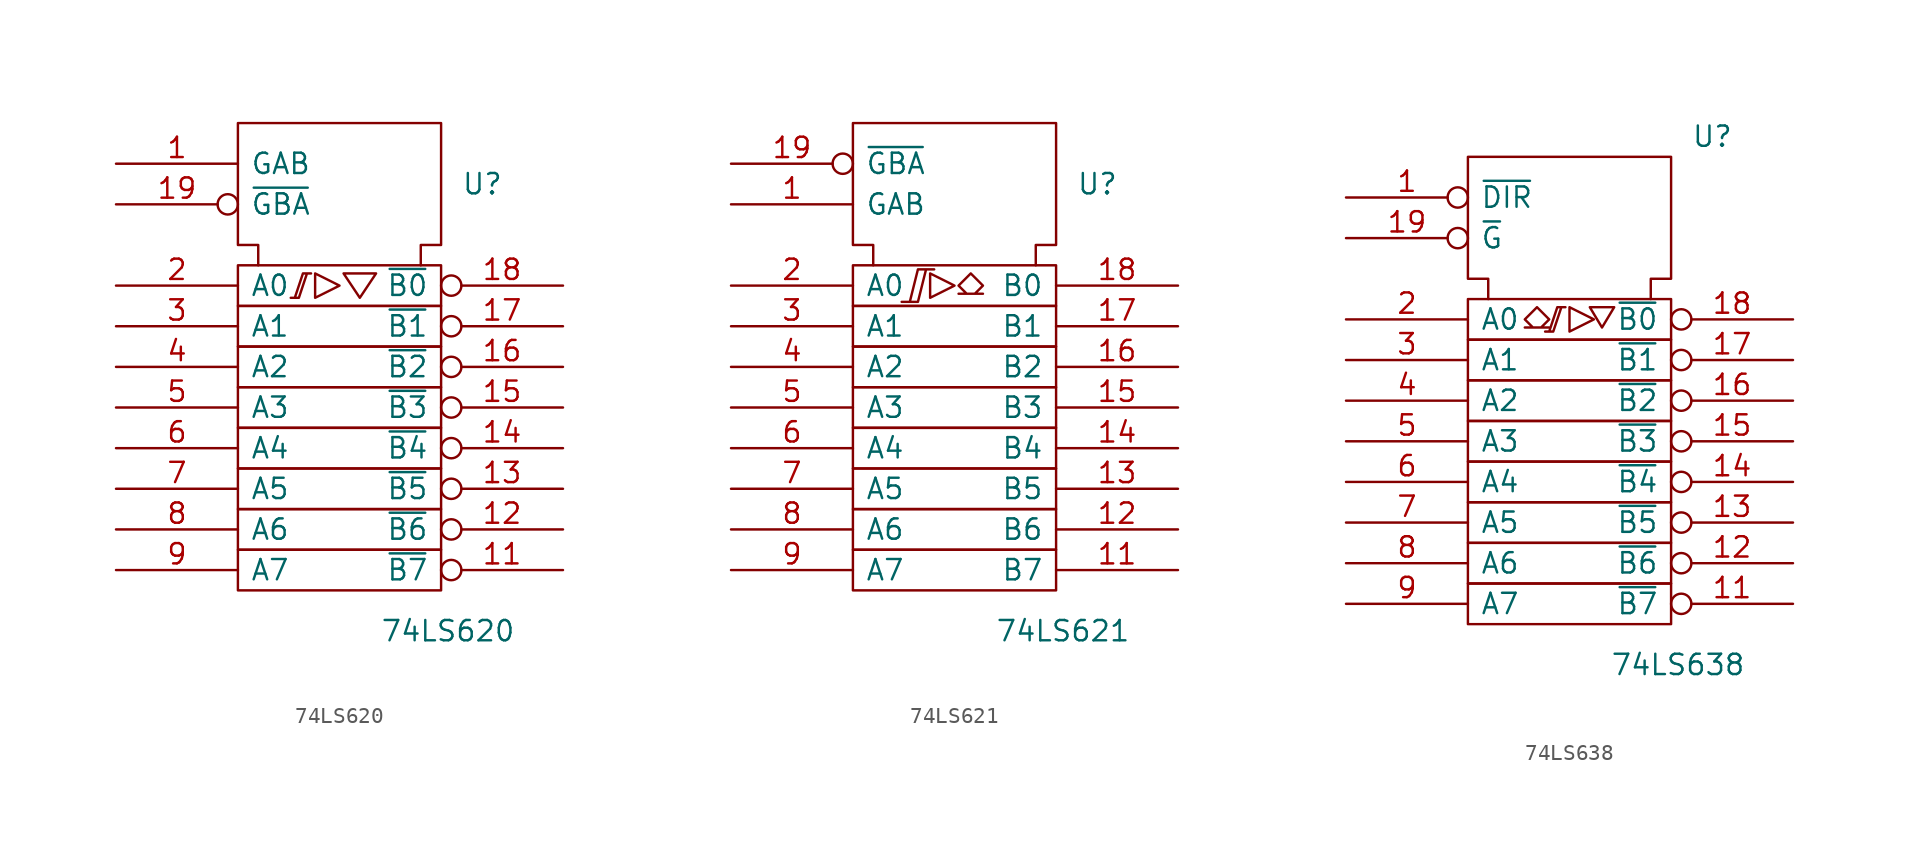
<source format=kicad_sym>
(kicad_symbol_lib
  (version 20211014)
  (generator kicad_symbol_editor)
  (symbol "74LS620"
    (pin_names
      (offset 0.762))
    (property "Reference" "U"
      (at 7.62 12.7 0)
      (effects (font (size 1.27 1.27)) (justify left)))
    (property "Value" "74LS620"
      (at 2.54 -15.24 0)
      (effects (font (size 1.27 1.27)) (justify left)))
    (symbol "74LS620_0_0"
      (polyline (pts (xy -1.524 7.112) (xy -1.524 5.588) (xy 0 6.35) (xy -1.524 7.112) (xy -1.524 7.112)) (stroke (width 0) (type default) (color 0 0 0 0)) (fill (type none)))
      (polyline (pts (xy 0.254 7.112) (xy 2.286 7.112) (xy 1.27 5.588) (xy 0.254 7.112) (xy 0.254 7.112)) (stroke (width 0) (type default) (color 0 0 0 0)) (fill (type none)))
      (polyline (pts (xy -2.54 5.588) (xy -3.048 5.588) (xy -2.54 5.588) (xy -2.032 7.112) (xy -1.778 7.112) (xy -2.286 7.112) (xy -2.794 5.588) (xy -2.794 5.588)) (stroke (width 0) (type default) (color 0 0 0 0)) (fill (type none)))
      (pin power_in line (at 1.27 16.51 270) (length 0) hide (name "GND" (effects (font (size 1.27 1.27)))) (number "10" (effects (font (size 1.27 1.27)))))
      (pin power_in line (at 5.08 16.51 270) (length 0) hide (name "VCC" (effects (font (size 1.27 1.27)))) (number "20" (effects (font (size 1.27 1.27))))))
    (symbol "74LS620_0_1"
      (rectangle (start -6.35 -10.16) (end 6.35 -12.7) (stroke (width 0) (type default) (color 0 0 0 0)) (fill (type none)))
      (rectangle (start -6.35 -7.62) (end 6.35 -10.16) (stroke (width 0) (type default) (color 0 0 0 0)) (fill (type none)))
      (rectangle (start -6.35 -5.08) (end 6.35 -7.62) (stroke (width 0) (type default) (color 0 0 0 0)) (fill (type none)))
      (rectangle (start -6.35 -2.54) (end 6.35 -5.08) (stroke (width 0) (type default) (color 0 0 0 0)) (fill (type none)))
      (rectangle (start -6.35 0) (end 6.35 -2.54) (stroke (width 0) (type default) (color 0 0 0 0)) (fill (type none)))
      (rectangle (start -6.35 2.54) (end 6.35 0) (stroke (width 0) (type default) (color 0 0 0 0)) (fill (type none)))
      (rectangle (start -6.35 5.08) (end 6.35 2.54) (stroke (width 0) (type default) (color 0 0 0 0)) (fill (type none)))
      (rectangle (start -6.35 7.62) (end 6.35 5.08) (stroke (width 0) (type default) (color 0 0 0 0)) (fill (type none)))
      (polyline (pts (xy -5.08 7.62) (xy -5.08 8.89) (xy -6.35 8.89) (xy -6.35 16.51) (xy 6.35 16.51) (xy 6.35 8.89) (xy 5.08 8.89) (xy 5.08 7.62) (xy 5.08 7.62)) (stroke (width 0) (type default) (color 0 0 0 0)) (fill (type none))))
    (symbol "74LS620_1_1"
      (pin input line (at -13.97 13.97 0) (length 7.62) (name "GAB" (effects (font (size 1.27 1.27)))) (number "1" (effects (font (size 1.27 1.27)))))
      (pin tri_state inverted (at 13.97 -11.43 180) (length 7.62) (name "~{B7}" (effects (font (size 1.27 1.27)))) (number "11" (effects (font (size 1.27 1.27)))))
      (pin tri_state inverted (at 13.97 -8.89 180) (length 7.62) (name "~{B6}" (effects (font (size 1.27 1.27)))) (number "12" (effects (font (size 1.27 1.27)))))
      (pin tri_state inverted (at 13.97 -6.35 180) (length 7.62) (name "~{B5}" (effects (font (size 1.27 1.27)))) (number "13" (effects (font (size 1.27 1.27)))))
      (pin tri_state inverted (at 13.97 -3.81 180) (length 7.62) (name "~{B4}" (effects (font (size 1.27 1.27)))) (number "14" (effects (font (size 1.27 1.27)))))
      (pin tri_state inverted (at 13.97 -1.27 180) (length 7.62) (name "~{B3}" (effects (font (size 1.27 1.27)))) (number "15" (effects (font (size 1.27 1.27)))))
      (pin tri_state inverted (at 13.97 1.27 180) (length 7.62) (name "~{B2}" (effects (font (size 1.27 1.27)))) (number "16" (effects (font (size 1.27 1.27)))))
      (pin tri_state inverted (at 13.97 3.81 180) (length 7.62) (name "~{B1}" (effects (font (size 1.27 1.27)))) (number "17" (effects (font (size 1.27 1.27)))))
      (pin tri_state inverted (at 13.97 6.35 180) (length 7.62) (name "~{B0}" (effects (font (size 1.27 1.27)))) (number "18" (effects (font (size 1.27 1.27)))))
      (pin input inverted (at -13.97 11.43 0) (length 7.62) (name "~{GBA}" (effects (font (size 1.27 1.27)))) (number "19" (effects (font (size 1.27 1.27)))))
      (pin tri_state line (at -13.97 6.35 0) (length 7.62) (name "A0" (effects (font (size 1.27 1.27)))) (number "2" (effects (font (size 1.27 1.27)))))
      (pin tri_state line (at -13.97 3.81 0) (length 7.62) (name "A1" (effects (font (size 1.27 1.27)))) (number "3" (effects (font (size 1.27 1.27)))))
      (pin tri_state line (at -13.97 1.27 0) (length 7.62) (name "A2" (effects (font (size 1.27 1.27)))) (number "4" (effects (font (size 1.27 1.27)))))
      (pin tri_state line (at -13.97 -1.27 0) (length 7.62) (name "A3" (effects (font (size 1.27 1.27)))) (number "5" (effects (font (size 1.27 1.27)))))
      (pin tri_state line (at -13.97 -3.81 0) (length 7.62) (name "A4" (effects (font (size 1.27 1.27)))) (number "6" (effects (font (size 1.27 1.27)))))
      (pin tri_state line (at -13.97 -6.35 0) (length 7.62) (name "A5" (effects (font (size 1.27 1.27)))) (number "7" (effects (font (size 1.27 1.27)))))
      (pin tri_state line (at -13.97 -8.89 0) (length 7.62) (name "A6" (effects (font (size 1.27 1.27)))) (number "8" (effects (font (size 1.27 1.27)))))
      (pin tri_state line (at -13.97 -11.43 0) (length 7.62) (name "A7" (effects (font (size 1.27 1.27)))) (number "9" (effects (font (size 1.27 1.27)))))))
  (symbol "74LS621"
    (pin_names
      (offset 0.762))
    (property "Reference" "U"
      (at 7.62 12.7 0)
      (effects (font (size 1.27 1.27)) (justify left)))
    (property "Value" "74LS621"
      (at 2.54 -15.24 0)
      (effects (font (size 1.27 1.27)) (justify left)))
    (symbol "74LS621_0_0"
      (polyline (pts (xy -1.524 7.112) (xy -1.524 5.588) (xy 0 6.35) (xy -1.524 7.112) (xy -1.524 7.112)) (stroke (width 0) (type default) (color 0 0 0 0)) (fill (type none)))
      (polyline (pts (xy -3.302 5.334) (xy -2.286 5.334) (xy -1.778 7.366) (xy -1.27 7.366) (xy -2.286 7.366) (xy -2.794 5.334) (xy -2.794 5.334)) (stroke (width 0) (type default) (color 0 0 0 0)) (fill (type none)))
      (polyline (pts (xy 1.016 7.112) (xy 1.778 6.35) (xy 1.27 5.842) (xy 1.778 5.842) (xy 0.254 5.842) (xy 0.762 5.842) (xy 0.254 6.35) (xy 1.016 7.112) (xy 1.016 7.112)) (stroke (width 0) (type default) (color 0 0 0 0)) (fill (type none)))
      (pin power_in line (at 1.27 16.51 270) (length 0) hide (name "GND" (effects (font (size 1.27 1.27)))) (number "10" (effects (font (size 1.27 1.27)))))
      (pin power_in line (at 5.08 16.51 270) (length 0) hide (name "VCC" (effects (font (size 1.27 1.27)))) (number "20" (effects (font (size 1.27 1.27))))))
    (symbol "74LS621_0_1"
      (rectangle (start -6.35 -10.16) (end 6.35 -12.7) (stroke (width 0) (type default) (color 0 0 0 0)) (fill (type none)))
      (rectangle (start -6.35 -7.62) (end 6.35 -10.16) (stroke (width 0) (type default) (color 0 0 0 0)) (fill (type none)))
      (rectangle (start -6.35 -5.08) (end 6.35 -7.62) (stroke (width 0) (type default) (color 0 0 0 0)) (fill (type none)))
      (rectangle (start -6.35 -2.54) (end 6.35 -5.08) (stroke (width 0) (type default) (color 0 0 0 0)) (fill (type none)))
      (rectangle (start -6.35 0) (end 6.35 -2.54) (stroke (width 0) (type default) (color 0 0 0 0)) (fill (type none)))
      (rectangle (start -6.35 2.54) (end 6.35 0) (stroke (width 0) (type default) (color 0 0 0 0)) (fill (type none)))
      (rectangle (start -6.35 5.08) (end 6.35 2.54) (stroke (width 0) (type default) (color 0 0 0 0)) (fill (type none)))
      (rectangle (start -6.35 7.62) (end 6.35 5.08) (stroke (width 0) (type default) (color 0 0 0 0)) (fill (type none)))
      (polyline (pts (xy -5.08 7.62) (xy -5.08 8.89) (xy -6.35 8.89) (xy -6.35 16.51) (xy 6.35 16.51) (xy 6.35 8.89) (xy 5.08 8.89) (xy 5.08 7.62) (xy 5.08 7.62)) (stroke (width 0) (type default) (color 0 0 0 0)) (fill (type none))))
    (symbol "74LS621_1_1"
      (pin input line (at -13.97 11.43 0) (length 7.62) (name "GAB" (effects (font (size 1.27 1.27)))) (number "1" (effects (font (size 1.27 1.27)))))
      (pin tri_state line (at 13.97 -11.43 180) (length 7.62) (name "B7" (effects (font (size 1.27 1.27)))) (number "11" (effects (font (size 1.27 1.27)))))
      (pin tri_state line (at 13.97 -8.89 180) (length 7.62) (name "B6" (effects (font (size 1.27 1.27)))) (number "12" (effects (font (size 1.27 1.27)))))
      (pin tri_state line (at 13.97 -6.35 180) (length 7.62) (name "B5" (effects (font (size 1.27 1.27)))) (number "13" (effects (font (size 1.27 1.27)))))
      (pin tri_state line (at 13.97 -3.81 180) (length 7.62) (name "B4" (effects (font (size 1.27 1.27)))) (number "14" (effects (font (size 1.27 1.27)))))
      (pin tri_state line (at 13.97 -1.27 180) (length 7.62) (name "B3" (effects (font (size 1.27 1.27)))) (number "15" (effects (font (size 1.27 1.27)))))
      (pin tri_state line (at 13.97 1.27 180) (length 7.62) (name "B2" (effects (font (size 1.27 1.27)))) (number "16" (effects (font (size 1.27 1.27)))))
      (pin tri_state line (at 13.97 3.81 180) (length 7.62) (name "B1" (effects (font (size 1.27 1.27)))) (number "17" (effects (font (size 1.27 1.27)))))
      (pin tri_state line (at 13.97 6.35 180) (length 7.62) (name "B0" (effects (font (size 1.27 1.27)))) (number "18" (effects (font (size 1.27 1.27)))))
      (pin input inverted (at -13.97 13.97 0) (length 7.62) (name "~{GBA}" (effects (font (size 1.27 1.27)))) (number "19" (effects (font (size 1.27 1.27)))))
      (pin tri_state line (at -13.97 6.35 0) (length 7.62) (name "A0" (effects (font (size 1.27 1.27)))) (number "2" (effects (font (size 1.27 1.27)))))
      (pin tri_state line (at -13.97 3.81 0) (length 7.62) (name "A1" (effects (font (size 1.27 1.27)))) (number "3" (effects (font (size 1.27 1.27)))))
      (pin tri_state line (at -13.97 1.27 0) (length 7.62) (name "A2" (effects (font (size 1.27 1.27)))) (number "4" (effects (font (size 1.27 1.27)))))
      (pin tri_state line (at -13.97 -1.27 0) (length 7.62) (name "A3" (effects (font (size 1.27 1.27)))) (number "5" (effects (font (size 1.27 1.27)))))
      (pin tri_state line (at -13.97 -3.81 0) (length 7.62) (name "A4" (effects (font (size 1.27 1.27)))) (number "6" (effects (font (size 1.27 1.27)))))
      (pin tri_state line (at -13.97 -6.35 0) (length 7.62) (name "A5" (effects (font (size 1.27 1.27)))) (number "7" (effects (font (size 1.27 1.27)))))
      (pin tri_state line (at -13.97 -8.89 0) (length 7.62) (name "A6" (effects (font (size 1.27 1.27)))) (number "8" (effects (font (size 1.27 1.27)))))
      (pin tri_state line (at -13.97 -11.43 0) (length 7.62) (name "A7" (effects (font (size 1.27 1.27)))) (number "9" (effects (font (size 1.27 1.27)))))))
  (symbol "74LS638"
    (pin_names
      (offset 0.762))
    (property "Reference" "U"
      (at 7.62 17.78 0)
      (effects (font (size 1.27 1.27)) (justify left)))
    (property "Value" "74LS638"
      (at 2.54 -15.24 0)
      (effects (font (size 1.27 1.27)) (justify left)))
    (symbol "74LS638_0_0"
      (polyline (pts (xy 0 7.112) (xy 0 5.588) (xy 1.524 6.35) (xy 0 7.112) (xy 0 7.112)) (stroke (width 0) (type default) (color 0 0 0 0)) (fill (type none)))
      (polyline (pts (xy 1.27 7.112) (xy 2.794 7.112) (xy 2.032 5.842) (xy 1.27 7.112) (xy 1.27 7.112)) (stroke (width 0) (type default) (color 0 0 0 0)) (fill (type none)))
      (polyline (pts (xy -1.524 5.588) (xy -1.016 5.588) (xy -0.508 7.112) (xy -0.254 7.112) (xy -0.762 7.112) (xy -1.27 5.588) (xy -1.27 5.588)) (stroke (width 0) (type default) (color 0 0 0 0)) (fill (type none)))
      (polyline (pts (xy -2.032 7.112) (xy -2.794 6.35) (xy -2.286 5.842) (xy -2.794 5.842) (xy -1.27 5.842) (xy -1.778 5.842) (xy -1.27 6.35) (xy -2.032 7.112) (xy -2.032 7.112)) (stroke (width 0) (type default) (color 0 0 0 0)) (fill (type none)))
      (pin power_in line (at 1.27 16.51 270) (length 0) hide (name "GND" (effects (font (size 1.27 1.27)))) (number "10" (effects (font (size 1.27 1.27)))))
      (pin power_in line (at 5.08 16.51 270) (length 0) hide (name "VCC" (effects (font (size 1.27 1.27)))) (number "20" (effects (font (size 1.27 1.27))))))
    (symbol "74LS638_0_1"
      (rectangle (start -6.35 -10.16) (end 6.35 -12.7) (stroke (width 0) (type default) (color 0 0 0 0)) (fill (type none)))
      (rectangle (start -6.35 -7.62) (end 6.35 -10.16) (stroke (width 0) (type default) (color 0 0 0 0)) (fill (type none)))
      (rectangle (start -6.35 -5.08) (end 6.35 -7.62) (stroke (width 0) (type default) (color 0 0 0 0)) (fill (type none)))
      (rectangle (start -6.35 -2.54) (end 6.35 -5.08) (stroke (width 0) (type default) (color 0 0 0 0)) (fill (type none)))
      (rectangle (start -6.35 0) (end 6.35 -2.54) (stroke (width 0) (type default) (color 0 0 0 0)) (fill (type none)))
      (rectangle (start -6.35 2.54) (end 6.35 0) (stroke (width 0) (type default) (color 0 0 0 0)) (fill (type none)))
      (rectangle (start -6.35 5.08) (end 6.35 2.54) (stroke (width 0) (type default) (color 0 0 0 0)) (fill (type none)))
      (rectangle (start -6.35 7.62) (end 6.35 5.08) (stroke (width 0) (type default) (color 0 0 0 0)) (fill (type none)))
      (polyline (pts (xy -5.08 7.62) (xy -5.08 8.89) (xy -6.35 8.89) (xy -6.35 16.51) (xy 6.35 16.51) (xy 6.35 8.89) (xy 5.08 8.89) (xy 5.08 7.62) (xy 5.08 7.62)) (stroke (width 0) (type default) (color 0 0 0 0)) (fill (type none))))
    (symbol "74LS638_1_1"
      (pin input inverted (at -13.97 13.97 0) (length 7.62) (name "~{DIR}" (effects (font (size 1.27 1.27)))) (number "1" (effects (font (size 1.27 1.27)))))
      (pin tri_state inverted (at 13.97 -11.43 180) (length 7.62) (name "~{B7}" (effects (font (size 1.27 1.27)))) (number "11" (effects (font (size 1.27 1.27)))))
      (pin tri_state inverted (at 13.97 -8.89 180) (length 7.62) (name "~{B6}" (effects (font (size 1.27 1.27)))) (number "12" (effects (font (size 1.27 1.27)))))
      (pin tri_state inverted (at 13.97 -6.35 180) (length 7.62) (name "~{B5}" (effects (font (size 1.27 1.27)))) (number "13" (effects (font (size 1.27 1.27)))))
      (pin tri_state inverted (at 13.97 -3.81 180) (length 7.62) (name "~{B4}" (effects (font (size 1.27 1.27)))) (number "14" (effects (font (size 1.27 1.27)))))
      (pin tri_state inverted (at 13.97 -1.27 180) (length 7.62) (name "~{B3}" (effects (font (size 1.27 1.27)))) (number "15" (effects (font (size 1.27 1.27)))))
      (pin tri_state inverted (at 13.97 1.27 180) (length 7.62) (name "~{B2}" (effects (font (size 1.27 1.27)))) (number "16" (effects (font (size 1.27 1.27)))))
      (pin tri_state inverted (at 13.97 3.81 180) (length 7.62) (name "~{B1}" (effects (font (size 1.27 1.27)))) (number "17" (effects (font (size 1.27 1.27)))))
      (pin tri_state inverted (at 13.97 6.35 180) (length 7.62) (name "~{B0}" (effects (font (size 1.27 1.27)))) (number "18" (effects (font (size 1.27 1.27)))))
      (pin input inverted (at -13.97 11.43 0) (length 7.62) (name "~{G}" (effects (font (size 1.27 1.27)))) (number "19" (effects (font (size 1.27 1.27)))))
      (pin tri_state line (at -13.97 6.35 0) (length 7.62) (name "A0" (effects (font (size 1.27 1.27)))) (number "2" (effects (font (size 1.27 1.27)))))
      (pin tri_state line (at -13.97 3.81 0) (length 7.62) (name "A1" (effects (font (size 1.27 1.27)))) (number "3" (effects (font (size 1.27 1.27)))))
      (pin tri_state line (at -13.97 1.27 0) (length 7.62) (name "A2" (effects (font (size 1.27 1.27)))) (number "4" (effects (font (size 1.27 1.27)))))
      (pin tri_state line (at -13.97 -1.27 0) (length 7.62) (name "A3" (effects (font (size 1.27 1.27)))) (number "5" (effects (font (size 1.27 1.27)))))
      (pin tri_state line (at -13.97 -3.81 0) (length 7.62) (name "A4" (effects (font (size 1.27 1.27)))) (number "6" (effects (font (size 1.27 1.27)))))
      (pin tri_state line (at -13.97 -6.35 0) (length 7.62) (name "A5" (effects (font (size 1.27 1.27)))) (number "7" (effects (font (size 1.27 1.27)))))
      (pin tri_state line (at -13.97 -8.89 0) (length 7.62) (name "A6" (effects (font (size 1.27 1.27)))) (number "8" (effects (font (size 1.27 1.27)))))
      (pin tri_state line (at -13.97 -11.43 0) (length 7.62) (name "A7" (effects (font (size 1.27 1.27)))) (number "9" (effects (font (size 1.27 1.27))))))))
</source>
